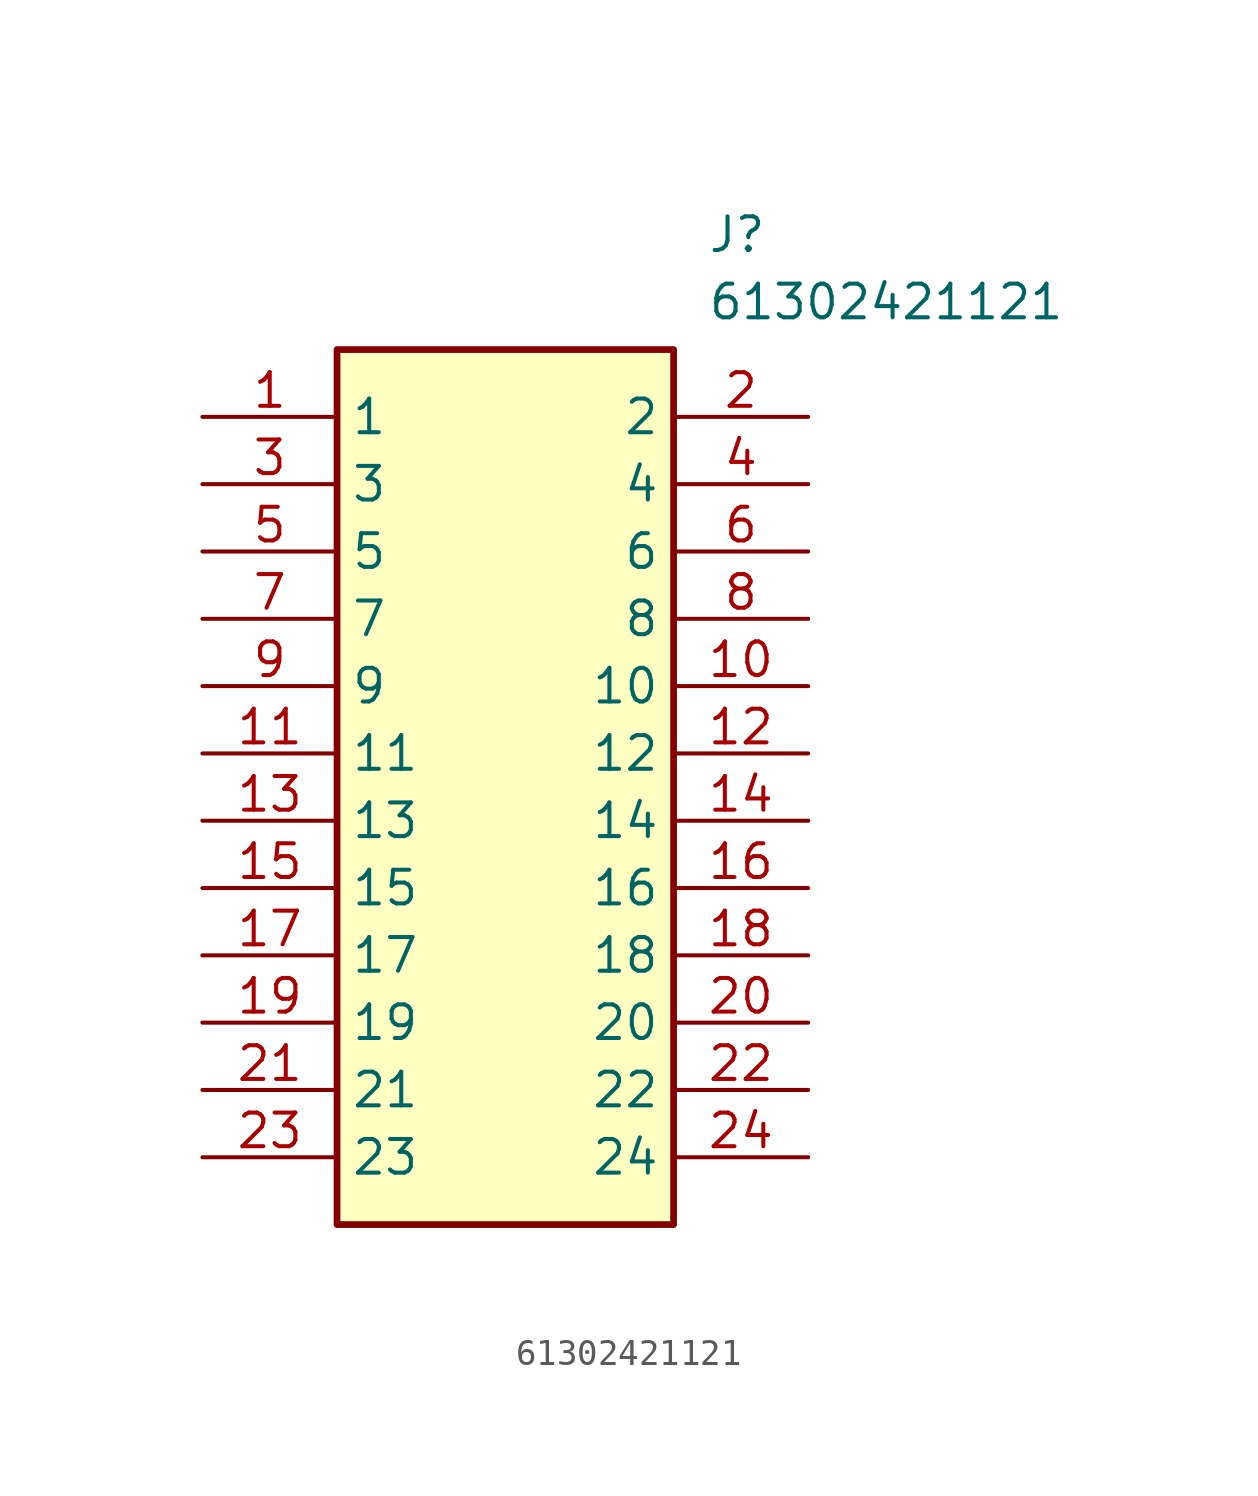
<source format=kicad_sym>
(kicad_symbol_lib
  (version 20211014)
  (generator SamacSys_ECAD_Model)
  (symbol "61302421121"
    (property "Reference" "J"
      (at 19.05 7.62 0)
      (effects (font (size 1.27 1.27)) (justify left top)))
    (property "Value" "61302421121"
      (at 19.05 5.08 0)
      (effects (font (size 1.27 1.27)) (justify left top)))
    (rectangle
      (start 5.08 2.54)
      (end 17.78 -30.48)
      (stroke (width 0.254) (type default))
      (fill (type background)))
    (pin passive line
      (at 0 0 0)
      (length 5.08)
      (name "1" (effects (font (size 1.27 1.27))))
      (number "1" (effects (font (size 1.27 1.27)))))
    (pin passive line
      (at 22.86 0 180)
      (length 5.08)
      (name "2" (effects (font (size 1.27 1.27))))
      (number "2" (effects (font (size 1.27 1.27)))))
    (pin passive line
      (at 0 -2.54 0)
      (length 5.08)
      (name "3" (effects (font (size 1.27 1.27))))
      (number "3" (effects (font (size 1.27 1.27)))))
    (pin passive line
      (at 22.86 -2.54 180)
      (length 5.08)
      (name "4" (effects (font (size 1.27 1.27))))
      (number "4" (effects (font (size 1.27 1.27)))))
    (pin passive line
      (at 0 -5.08 0)
      (length 5.08)
      (name "5" (effects (font (size 1.27 1.27))))
      (number "5" (effects (font (size 1.27 1.27)))))
    (pin passive line
      (at 22.86 -5.08 180)
      (length 5.08)
      (name "6" (effects (font (size 1.27 1.27))))
      (number "6" (effects (font (size 1.27 1.27)))))
    (pin passive line
      (at 0 -7.62 0)
      (length 5.08)
      (name "7" (effects (font (size 1.27 1.27))))
      (number "7" (effects (font (size 1.27 1.27)))))
    (pin passive line
      (at 22.86 -7.62 180)
      (length 5.08)
      (name "8" (effects (font (size 1.27 1.27))))
      (number "8" (effects (font (size 1.27 1.27)))))
    (pin passive line
      (at 0 -10.16 0)
      (length 5.08)
      (name "9" (effects (font (size 1.27 1.27))))
      (number "9" (effects (font (size 1.27 1.27)))))
    (pin passive line
      (at 22.86 -10.16 180)
      (length 5.08)
      (name "10" (effects (font (size 1.27 1.27))))
      (number "10" (effects (font (size 1.27 1.27)))))
    (pin passive line
      (at 0 -12.7 0)
      (length 5.08)
      (name "11" (effects (font (size 1.27 1.27))))
      (number "11" (effects (font (size 1.27 1.27)))))
    (pin passive line
      (at 22.86 -12.7 180)
      (length 5.08)
      (name "12" (effects (font (size 1.27 1.27))))
      (number "12" (effects (font (size 1.27 1.27)))))
    (pin passive line
      (at 0 -15.24 0)
      (length 5.08)
      (name "13" (effects (font (size 1.27 1.27))))
      (number "13" (effects (font (size 1.27 1.27)))))
    (pin passive line
      (at 22.86 -15.24 180)
      (length 5.08)
      (name "14" (effects (font (size 1.27 1.27))))
      (number "14" (effects (font (size 1.27 1.27)))))
    (pin passive line
      (at 0 -17.78 0)
      (length 5.08)
      (name "15" (effects (font (size 1.27 1.27))))
      (number "15" (effects (font (size 1.27 1.27)))))
    (pin passive line
      (at 22.86 -17.78 180)
      (length 5.08)
      (name "16" (effects (font (size 1.27 1.27))))
      (number "16" (effects (font (size 1.27 1.27)))))
    (pin passive line
      (at 0 -20.32 0)
      (length 5.08)
      (name "17" (effects (font (size 1.27 1.27))))
      (number "17" (effects (font (size 1.27 1.27)))))
    (pin passive line
      (at 22.86 -20.32 180)
      (length 5.08)
      (name "18" (effects (font (size 1.27 1.27))))
      (number "18" (effects (font (size 1.27 1.27)))))
    (pin passive line
      (at 0 -22.86 0)
      (length 5.08)
      (name "19" (effects (font (size 1.27 1.27))))
      (number "19" (effects (font (size 1.27 1.27)))))
    (pin passive line
      (at 22.86 -22.86 180)
      (length 5.08)
      (name "20" (effects (font (size 1.27 1.27))))
      (number "20" (effects (font (size 1.27 1.27)))))
    (pin passive line
      (at 0 -25.4 0)
      (length 5.08)
      (name "21" (effects (font (size 1.27 1.27))))
      (number "21" (effects (font (size 1.27 1.27)))))
    (pin passive line
      (at 22.86 -25.4 180)
      (length 5.08)
      (name "22" (effects (font (size 1.27 1.27))))
      (number "22" (effects (font (size 1.27 1.27)))))
    (pin passive line
      (at 0 -27.94 0)
      (length 5.08)
      (name "23" (effects (font (size 1.27 1.27))))
      (number "23" (effects (font (size 1.27 1.27)))))
    (pin passive line
      (at 22.86 -27.94 180)
      (length 5.08)
      (name "24" (effects (font (size 1.27 1.27))))
      (number "24" (effects (font (size 1.27 1.27)))))))
</source>
